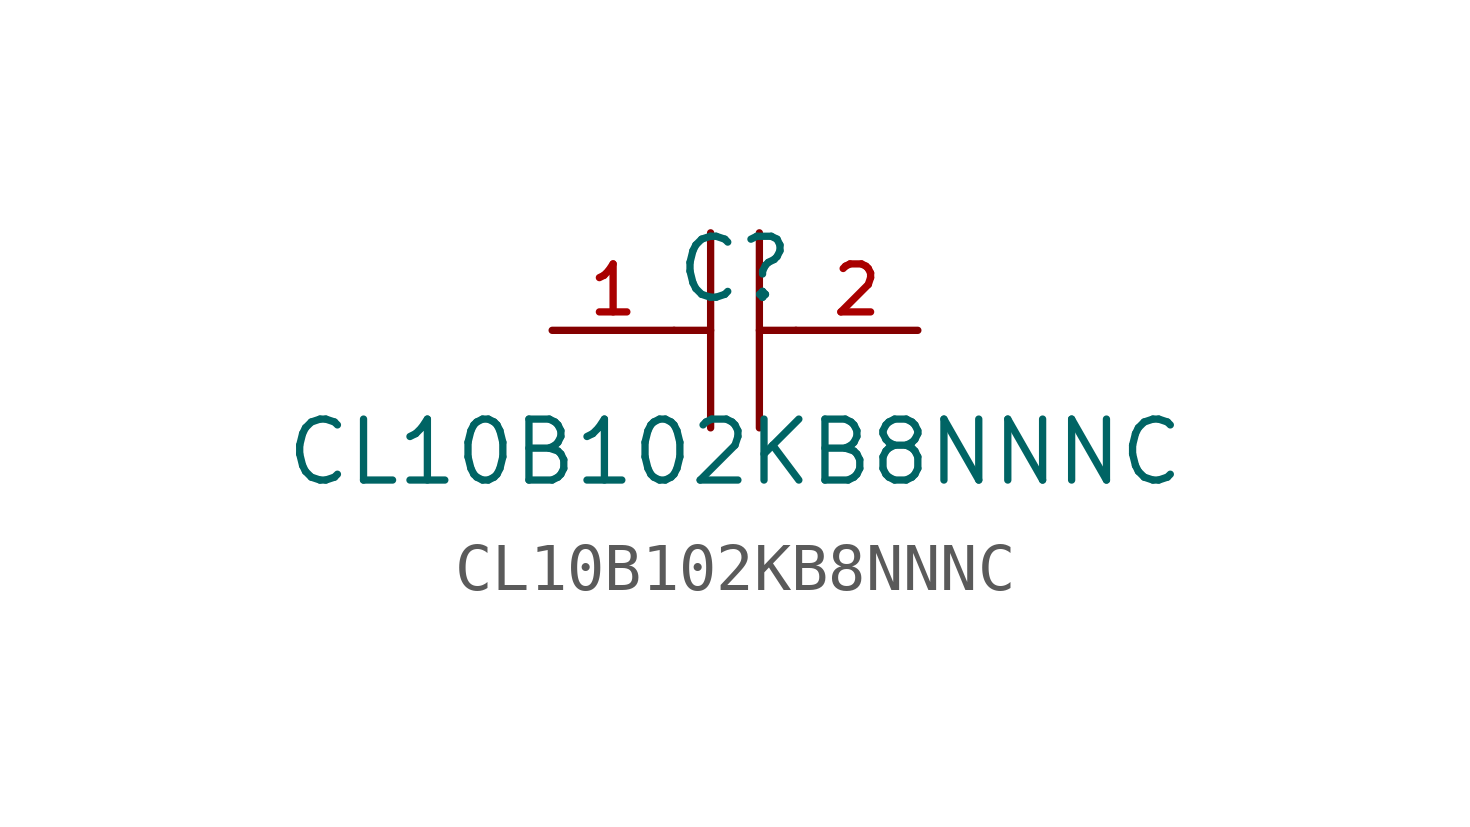
<source format=kicad_sym>
(kicad_symbol_lib
  (version 20210201)
  (generator TousstNicolas/JLC2KiCad_lib)
  (symbol "CL10B102KB8NNNC"
    (pin_names hide)
    (property "Reference" "C"
      (at 0 1.27 0)
      (effects (font (size 1.27 1.27))))
    (property "Value" "CL10B102KB8NNNC"
      (at 0 -2.54 0)
      (effects (font (size 1.27 1.27))))
    (symbol "CL10B102KB8NNNC_0_1"
      (polyline (pts (xy -0.508 2.032) (xy -0.508 -2.032)) (stroke (width 0) (type default) (color 0 0 0 0)) (fill (type none)))
      (polyline (pts (xy 0.508 2.032) (xy 0.508 -2.032)) (stroke (width 0) (type default) (color 0 0 0 0)) (fill (type none)))
      (pin input line (at -3.81 -0.0 0) (length 2.54) (name "1" (effects (font (size 1 1)))) (number "1" (effects (font (size 1 1)))))
      (pin input line (at 3.81 -0.0 180) (length 2.54) (name "2" (effects (font (size 1 1)))) (number "2" (effects (font (size 1 1)))))
      (polyline (pts (xy -1.27 -0.0) (xy -0.508 -0.0)) (stroke (width 0) (type default) (color 0 0 0 0)) (fill (type none)))
      (polyline (pts (xy 0.508 -0.0) (xy 1.27 -0.0)) (stroke (width 0) (type default) (color 0 0 0 0)) (fill (type none))))))
</source>
